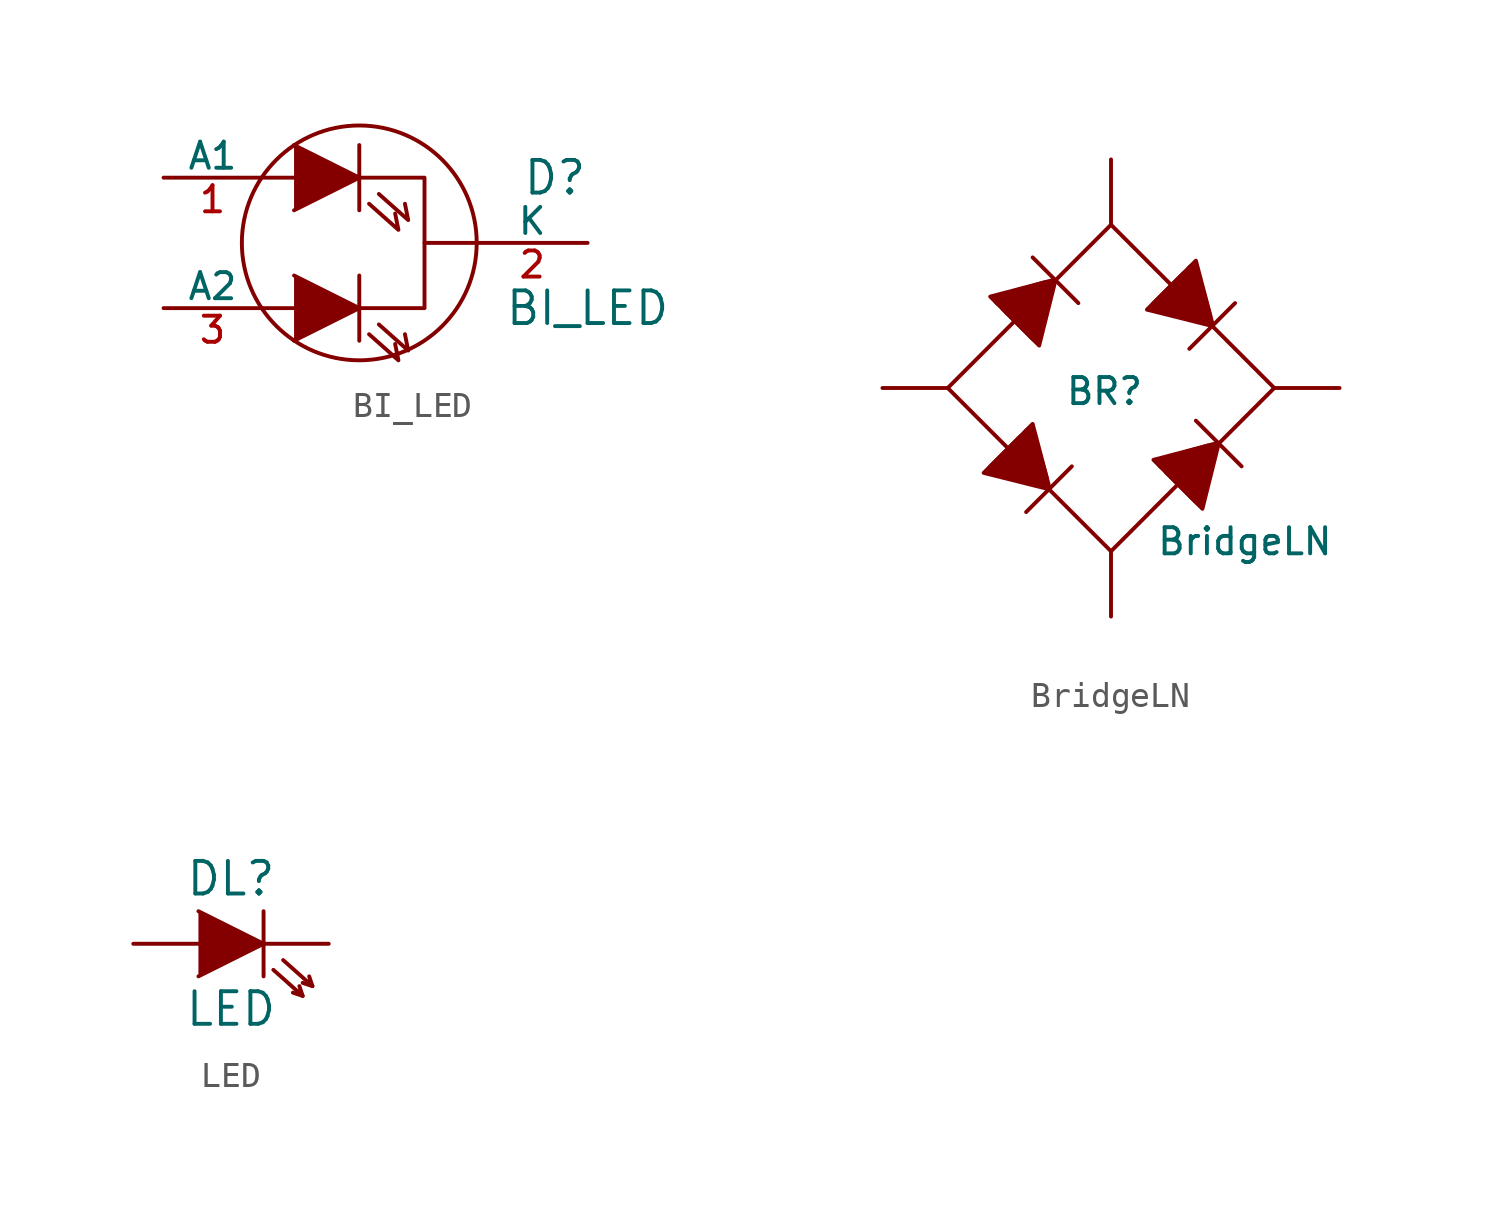
<source format=kicad_sym>
(kicad_symbol_lib
  (version 20211014)
  (generator kicad_symbol_editor)
  (symbol "BI_LED"
    (pin_names
      (offset 0))
    (property "Reference" "D"
      (at 7.62 2.54 0)
      (effects (font (size 1.27 1.27))))
    (property "Value" "BI_LED"
      (at 8.89 -2.54 0)
      (effects (font (size 1.27 1.27))))
    (property "Footprint" ""
      (at 0 0 0)
      (effects (font (size 1.524 1.524))))
    (property "Datasheet" ""
      (at 0 0 0)
      (effects (font (size 1.524 1.524))))
    (symbol "BI_LED_0_1"
      (polyline (pts (xy -3.81 -2.54) (xy -2.54 -2.54)) (stroke (width 0) (type default) (color 0 0 0 0)) (fill (type none)))
      (polyline (pts (xy -3.81 2.54) (xy -2.54 2.54)) (stroke (width 0) (type default) (color 0 0 0 0)) (fill (type none)))
      (polyline (pts (xy 0 -1.27) (xy 0 -3.81)) (stroke (width 0) (type default) (color 0 0 0 0)) (fill (type none)))
      (polyline (pts (xy 0 3.81) (xy 0 1.27)) (stroke (width 0) (type default) (color 0 0 0 0)) (fill (type none)))
      (polyline (pts (xy 4.572 0) (xy 2.54 0)) (stroke (width 0) (type default) (color 0 0 0 0)) (fill (type none)))
      (polyline (pts (xy -2.54 -1.27) (xy 0 -2.54) (xy -2.54 -3.81)) (stroke (width 0) (type default) (color 0 0 0 0)) (fill (type outline)))
      (polyline (pts (xy -2.54 3.81) (xy 0 2.54) (xy -2.54 1.27)) (stroke (width 0) (type default) (color 0 0 0 0)) (fill (type outline)))
      (polyline (pts (xy 0.381 -3.556) (xy 1.524 -4.572) (xy 1.397 -3.937)) (stroke (width 0) (type default) (color 0 0 0 0)) (fill (type none)))
      (polyline (pts (xy 0.381 1.524) (xy 1.524 0.508) (xy 1.397 1.143)) (stroke (width 0) (type default) (color 0 0 0 0)) (fill (type none)))
      (polyline (pts (xy 0.762 -3.175) (xy 1.905 -4.191) (xy 1.778 -3.556)) (stroke (width 0) (type default) (color 0 0 0 0)) (fill (type none)))
      (polyline (pts (xy 0.762 1.905) (xy 1.905 0.889) (xy 1.778 1.524)) (stroke (width 0) (type default) (color 0 0 0 0)) (fill (type none)))
      (polyline (pts (xy 0 2.54) (xy 2.54 2.54) (xy 2.54 -2.54) (xy 0 -2.54)) (stroke (width 0) (type default) (color 0 0 0 0)) (fill (type none)))
      (circle (center 0 0) (radius 4.572) (stroke (width 0) (type default) (color 0 0 0 0)) (fill (type none))))
    (symbol "BI_LED_1_1"
      (pin input line (at -7.62 2.54 0) (length 3.81) (name "A1" (effects (font (size 1.016 1.016)))) (number "1" (effects (font (size 1.016 1.016)))))
      (pin input line (at 8.89 0 180) (length 4.318) (name "K" (effects (font (size 1.016 1.016)))) (number "2" (effects (font (size 1.016 1.016)))))
      (pin input line (at -7.62 -2.54 0) (length 3.81) (name "A2" (effects (font (size 1.016 1.016)))) (number "3" (effects (font (size 1.016 1.016)))))))
  (symbol "BridgeLN"
    (pin_numbers hide)
    (pin_names
      (offset 1.016) hide)
    (property "Reference" "BR"
      (at -0.254 -0.127 0)
      (effects (font (size 1.016 1.016))))
    (property "Value" "BridgeLN"
      (at 5.207 -5.969 0)
      (effects (font (size 1.016 1.016))))
    (property "Footprint" ""
      (at 0 0 0)
      (effects (font (size 1.524 1.524))))
    (property "Datasheet" ""
      (at 0 0 0)
      (effects (font (size 1.524 1.524))))
    (symbol "BridgeLN_0_1"
      (polyline (pts (xy -3.048 5.08) (xy -1.27 3.302)) (stroke (width 0) (type default) (color 0 0 0 0)) (fill (type none)))
      (polyline (pts (xy -1.524 -3.048) (xy -3.302 -4.826)) (stroke (width 0) (type default) (color 0 0 0 0)) (fill (type none)))
      (polyline (pts (xy 3.302 -1.27) (xy 5.08 -3.048)) (stroke (width 0) (type default) (color 0 0 0 0)) (fill (type none)))
      (polyline (pts (xy 4.826 3.302) (xy 3.048 1.524)) (stroke (width 0) (type default) (color 0 0 0 0)) (fill (type none)))
      (polyline (pts (xy -2.413 -3.81) (xy -3.048 -1.397) (xy -4.953 -3.302) (xy -2.413 -3.937)) (stroke (width 0) (type default) (color 0 0 0 0)) (fill (type none)))
      (polyline (pts (xy -2.286 4.191) (xy -4.699 3.556) (xy -2.794 1.651) (xy -2.159 4.191)) (stroke (width 0) (type default) (color 0 0 0 0)) (fill (type none)))
      (polyline (pts (xy 3.937 2.54) (xy 3.302 4.953) (xy 1.397 3.048) (xy 3.937 2.413)) (stroke (width 0) (type default) (color 0 0 0 0)) (fill (type none)))
      (polyline (pts (xy 4.064 -2.159) (xy 1.651 -2.794) (xy 3.556 -4.699) (xy 4.191 -2.159)) (stroke (width 0) (type default) (color 0 0 0 0)) (fill (type none)))
      (polyline (pts (xy 0 6.35) (xy -6.35 0) (xy 0 -6.35) (xy 6.35 0) (xy 0 6.35)) (stroke (width 0) (type default) (color 0 0 0 0)) (fill (type none)))
      (polyline (pts (xy -4.318 3.429) (xy -2.54 3.937) (xy -2.921 2.032) (xy -4.064 3.175) (xy -2.921 3.429) (xy -3.175 2.667) (xy -3.429 2.921) (xy -2.921 3.429)) (stroke (width 0.508) (type default) (color 0 0 0 0)) (fill (type none)))
      (polyline (pts (xy -3.175 -1.778) (xy -2.667 -3.556) (xy -4.572 -3.175) (xy -3.429 -2.032) (xy -3.175 -3.175) (xy -3.937 -2.921) (xy -3.683 -2.667) (xy -3.175 -3.175)) (stroke (width 0.508) (type default) (color 0 0 0 0)) (fill (type none)))
      (polyline (pts (xy 2.032 -2.921) (xy 3.81 -2.413) (xy 3.429 -4.318) (xy 2.286 -3.175) (xy 3.429 -2.921) (xy 3.175 -3.683) (xy 2.921 -3.429) (xy 3.429 -2.921)) (stroke (width 0.508) (type default) (color 0 0 0 0)) (fill (type none)))
      (polyline (pts (xy 3.175 4.572) (xy 3.683 2.794) (xy 1.778 3.175) (xy 2.921 4.318) (xy 3.175 3.175) (xy 2.413 3.429) (xy 2.667 3.683) (xy 3.175 3.175)) (stroke (width 0.508) (type default) (color 0 0 0 0)) (fill (type none))))
    (symbol "BridgeLN_1_1"
      (pin input line (at 0 -8.89 90) (length 2.54) (name "AC" (effects (font (size 1.27 1.27)))) (number "1" (effects (font (size 1.27 1.27)))))
      (pin input line (at 0 8.89 270) (length 2.54) (name "AC" (effects (font (size 1.27 1.27)))) (number "2" (effects (font (size 1.27 1.27)))))
      (pin input line (at 8.89 0 180) (length 2.54) (name "+" (effects (font (size 1.27 1.27)))) (number "~" (effects (font (size 1.27 1.27)))))
      (pin input line (at -8.89 0 0) (length 2.54) (name "-" (effects (font (size 1.27 1.27)))) (number "~" (effects (font (size 1.27 1.27)))))))
  (symbol "LED"
    (pin_names
      (offset 1.016) hide)
    (property "Reference" "DL"
      (at 0 2.54 0)
      (effects (font (size 1.27 1.27))))
    (property "Value" "LED"
      (at 0 -2.54 0)
      (effects (font (size 1.27 1.27))))
    (property "Footprint" ""
      (at 0 0 0)
      (effects (font (size 1.524 1.524))))
    (property "Datasheet" ""
      (at 0 0 0)
      (effects (font (size 1.524 1.524))))
    (symbol "LED_0_1"
      (polyline (pts (xy 1.27 1.27) (xy 1.27 -1.27)) (stroke (width 0) (type default) (color 0 0 0 0)) (fill (type none)))
      (polyline (pts (xy 2.794 -2.032) (xy 2.413 -1.905)) (stroke (width 0) (type default) (color 0 0 0 0)) (fill (type none)))
      (polyline (pts (xy 3.175 -1.651) (xy 2.794 -1.524)) (stroke (width 0) (type default) (color 0 0 0 0)) (fill (type none)))
      (polyline (pts (xy -1.27 1.27) (xy 1.27 0) (xy -1.27 -1.27)) (stroke (width 0) (type default) (color 0 0 0 0)) (fill (type outline)))
      (polyline (pts (xy 1.651 -1.016) (xy 2.794 -2.032) (xy 2.667 -1.651)) (stroke (width 0) (type default) (color 0 0 0 0)) (fill (type none)))
      (polyline (pts (xy 2.032 -0.635) (xy 3.175 -1.651) (xy 3.048 -1.27)) (stroke (width 0) (type default) (color 0 0 0 0)) (fill (type none))))
    (symbol "LED_1_1"
      (pin passive line (at -3.81 0 0) (length 2.54) (name "A" (effects (font (size 1.016 1.016)))) (number "1" (effects (font (size 0 0)))))
      (pin passive line (at 3.81 0 180) (length 2.54) (name "K" (effects (font (size 1.016 1.016)))) (number "2" (effects (font (size 0 0))))))))
</source>
